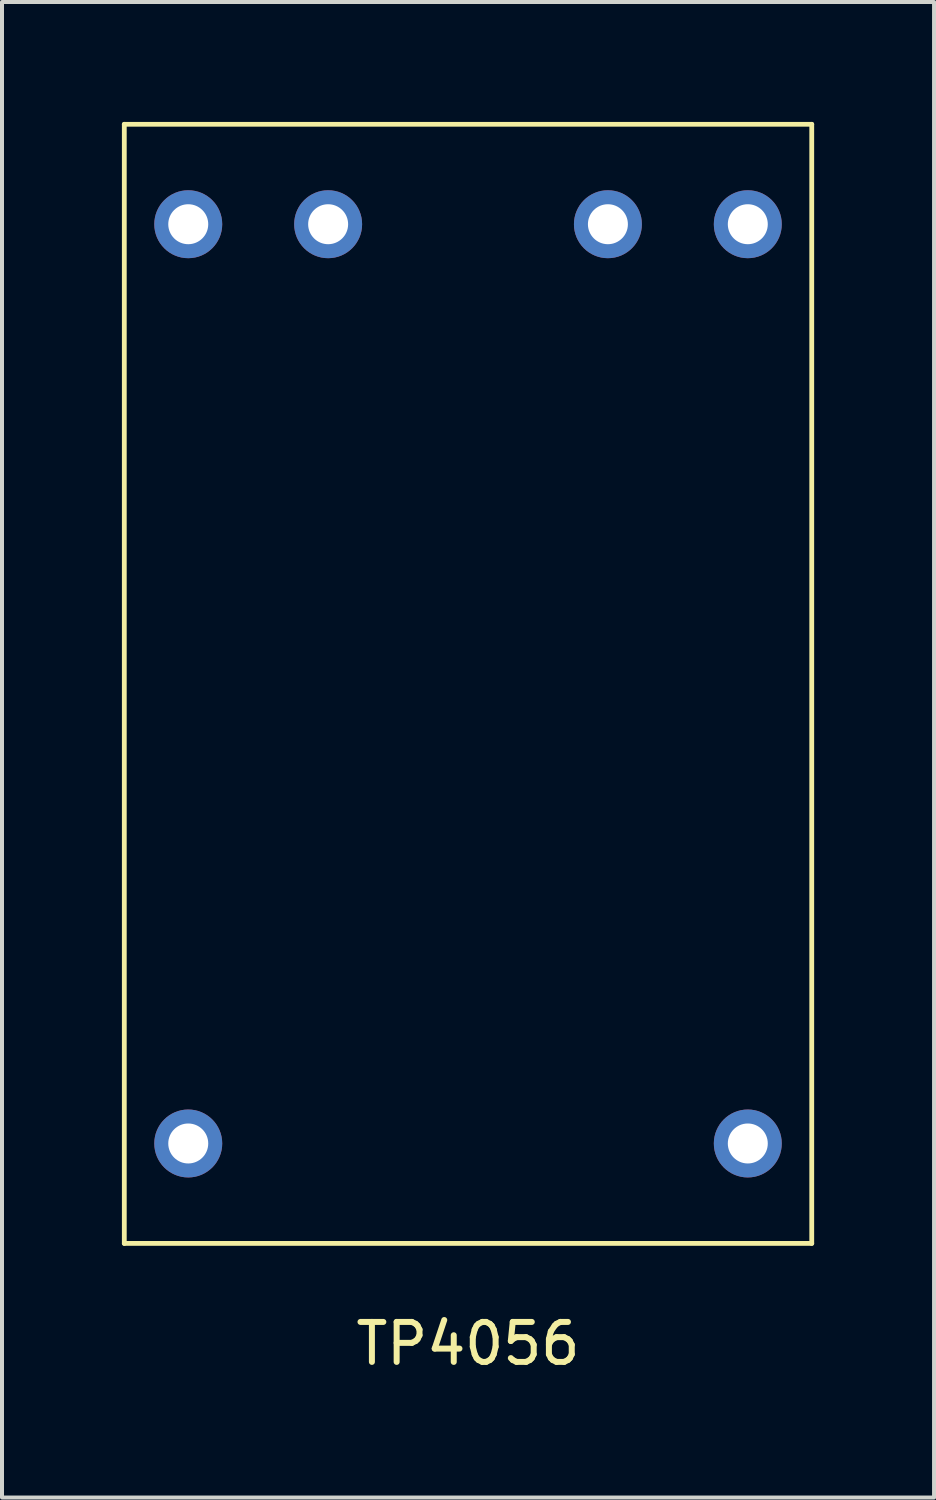
<source format=kicad_pcb>
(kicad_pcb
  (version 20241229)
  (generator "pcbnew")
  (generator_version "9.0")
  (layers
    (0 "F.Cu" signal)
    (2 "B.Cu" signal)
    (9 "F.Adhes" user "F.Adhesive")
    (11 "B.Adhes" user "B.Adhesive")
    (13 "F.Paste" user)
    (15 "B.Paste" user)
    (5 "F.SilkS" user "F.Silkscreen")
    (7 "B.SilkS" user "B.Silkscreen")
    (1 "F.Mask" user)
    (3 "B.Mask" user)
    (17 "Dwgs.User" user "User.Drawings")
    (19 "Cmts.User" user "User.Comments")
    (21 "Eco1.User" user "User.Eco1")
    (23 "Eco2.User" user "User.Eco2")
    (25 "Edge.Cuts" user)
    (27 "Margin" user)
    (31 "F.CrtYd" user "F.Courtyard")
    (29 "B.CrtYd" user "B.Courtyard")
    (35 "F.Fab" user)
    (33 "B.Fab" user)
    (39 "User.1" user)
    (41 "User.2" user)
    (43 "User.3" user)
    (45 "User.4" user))
  (footprint "TP4056"
    (layer "F.Cu")
    (at 8.66 14.06)
    (property "Reference" "TP4056" (at 0 16.51 0) (layer "F.SilkS") (effects (font (size 1 1) (thickness 0.15))))
    (attr through_hole)
    (fp_line (start -8.6 -14) (end -8.6 14) (stroke (width 0.12) (type solid)) (layer "F.SilkS"))
    (fp_line (start -8.6 -14) (end 8.6 -14) (stroke (width 0.12) (type solid)) (layer "F.SilkS"))
    (fp_line (start -8.6 14) (end 8.6 14) (stroke (width 0.12) (type solid)) (layer "F.SilkS"))
    (fp_line (start 8.6 -14) (end 8.6 14) (stroke (width 0.12) (type solid)) (layer "F.SilkS"))
    (pad "1" thru_hole circle (at -7 -11.5) (size 1.7 1.7) (drill 1) (layers "*.Cu" "*.Mask"))
    (pad "2" thru_hole circle (at -3.5 -11.5) (size 1.7 1.7) (drill 1) (layers "*.Cu" "*.Mask"))
    (pad "3" thru_hole circle (at 3.5 -11.5) (size 1.7 1.7) (drill 1) (layers "*.Cu" "*.Mask"))
    (pad "4" thru_hole circle (at 7 -11.5) (size 1.7 1.7) (drill 1) (layers "*.Cu" "*.Mask"))
    (pad "5" thru_hole circle (at 7 11.5) (size 1.7 1.7) (drill 1) (layers "*.Cu" "*.Mask"))
    (pad "6" thru_hole circle (at -7 11.5) (size 1.7 1.7) (drill 1) (layers "*.Cu" "*.Mask")))
  (gr_rect
    (start -3 -3)
    (end 20.32 34.418)
    (stroke (width 0.1) (type default))
    (fill no)
    (layer "Edge.Cuts")))
</source>
